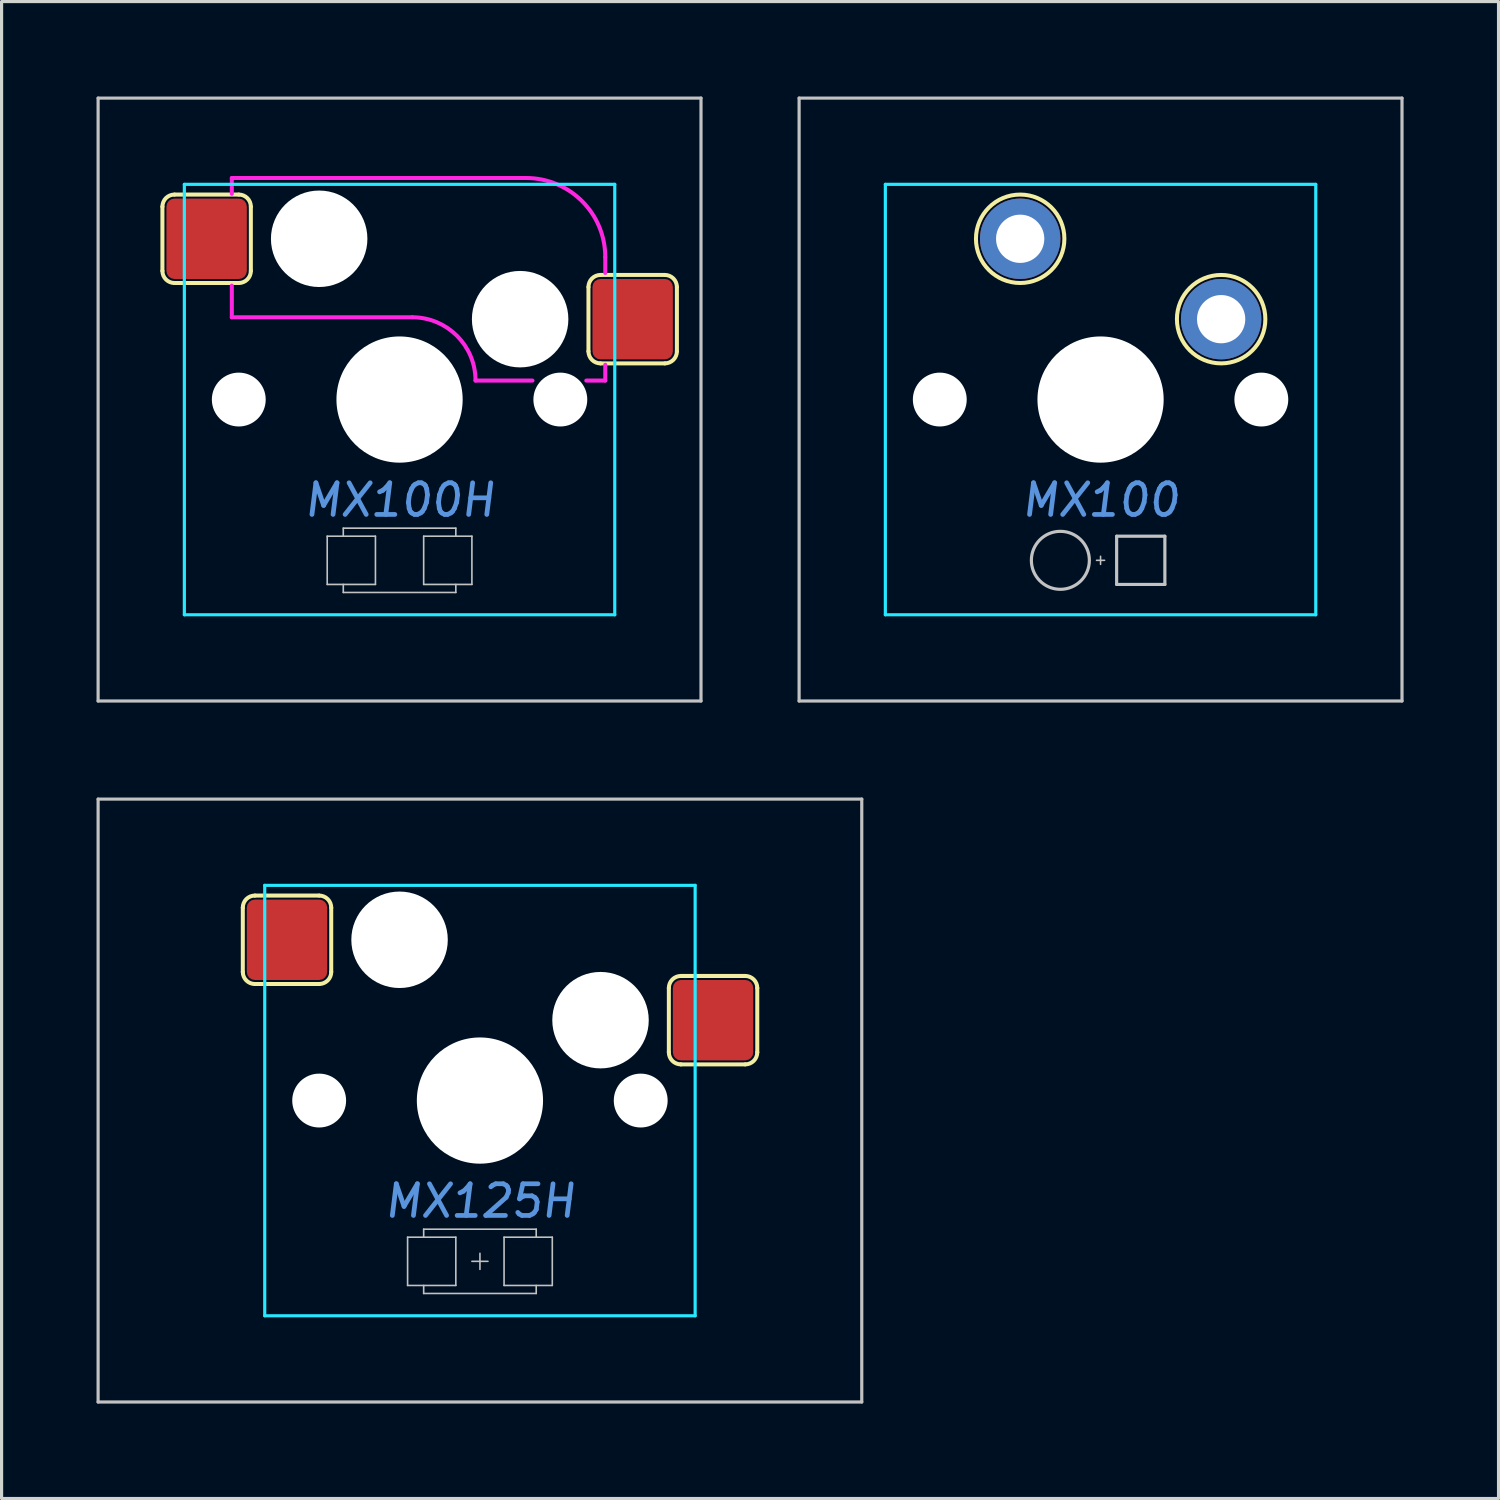
<source format=kicad_pcb>
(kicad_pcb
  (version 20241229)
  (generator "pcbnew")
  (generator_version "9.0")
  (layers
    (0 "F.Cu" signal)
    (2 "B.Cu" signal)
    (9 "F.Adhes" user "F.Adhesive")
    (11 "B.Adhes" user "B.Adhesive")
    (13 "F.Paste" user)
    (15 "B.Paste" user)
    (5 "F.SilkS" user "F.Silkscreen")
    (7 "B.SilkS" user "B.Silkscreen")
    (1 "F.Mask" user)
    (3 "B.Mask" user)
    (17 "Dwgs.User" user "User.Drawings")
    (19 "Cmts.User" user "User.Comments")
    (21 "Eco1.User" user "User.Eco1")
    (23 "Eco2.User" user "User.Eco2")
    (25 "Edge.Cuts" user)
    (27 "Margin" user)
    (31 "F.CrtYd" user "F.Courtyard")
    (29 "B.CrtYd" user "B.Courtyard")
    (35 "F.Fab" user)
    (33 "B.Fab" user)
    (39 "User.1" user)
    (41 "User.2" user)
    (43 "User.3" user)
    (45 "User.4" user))
  (footprint "MX100"
    (layer "F.Cu")
    (at 31.725 9.575)
    (property "Reference" "MX100" (at 0 3.175 0) (layer "Cmts.User") (effects (font (size 1 1) (thickness 0.15) (italic yes))))
    (attr through_hole)
    (fp_circle (center -2.54 -5.08) (end -1.143 -5.08) (stroke (width 0.127) (type solid)) (fill no) (layer "F.SilkS"))
    (fp_circle (center 3.81 -2.54) (end 5.207 -2.54) (stroke (width 0.127) (type solid)) (fill no) (layer "F.SilkS"))
    (fp_line (start -9.525 -9.525) (end 9.525 -9.525) (stroke (width 0.1) (type solid)) (layer "Dwgs.User"))
    (fp_line (start -9.525 9.525) (end -9.525 -9.525) (stroke (width 0.1) (type solid)) (layer "Dwgs.User"))
    (fp_line (start -0.127 5.08) (end 0.127 5.08) (stroke (width 0.05) (type solid)) (layer "Dwgs.User"))
    (fp_line (start 0 4.953) (end 0 5.207) (stroke (width 0.05) (type solid)) (layer "Dwgs.User"))
    (fp_line (start 0.508 4.318) (end 0.508 5.842) (stroke (width 0.1) (type solid)) (layer "Dwgs.User"))
    (fp_line (start 0.508 4.318) (end 2.032 4.318) (stroke (width 0.1) (type solid)) (layer "Dwgs.User"))
    (fp_line (start 2.032 5.842) (end 0.508 5.842) (stroke (width 0.1) (type solid)) (layer "Dwgs.User"))
    (fp_line (start 2.032 5.842) (end 2.032 4.318) (stroke (width 0.1) (type solid)) (layer "Dwgs.User"))
    (fp_line (start 9.525 -9.525) (end 9.525 9.525) (stroke (width 0.1) (type solid)) (layer "Dwgs.User"))
    (fp_line (start 9.525 9.525) (end -9.525 9.525) (stroke (width 0.1) (type solid)) (layer "Dwgs.User"))
    (fp_circle (center -1.27 5.08) (end -0.354 5.08) (stroke (width 0.1) (type solid)) (fill no) (layer "Dwgs.User"))
    (fp_line (start -6.8 -6.8) (end -6.8 6.8) (stroke (width 0.1) (type solid)) (layer "B.CrtYd"))
    (fp_line (start -6.8 -6.8) (end 6.8 -6.8) (stroke (width 0.1) (type solid)) (layer "B.CrtYd"))
    (fp_line (start -6.8 6.8) (end 6.8 6.8) (stroke (width 0.1) (type solid)) (layer "B.CrtYd"))
    (fp_line (start 6.8 -6.8) (end 6.8 6.8) (stroke (width 0.1) (type solid)) (layer "B.CrtYd"))
    (pad "" np_thru_hole circle (at -5.08 0) (size 1.702 1.702) (drill 1.702) (layers "*.Cu" "*.Mask"))
    (pad "" np_thru_hole circle (at 0 0) (size 3.988 3.988) (drill 3.988) (layers "*.Cu" "*.Mask"))
    (pad "" np_thru_hole circle (at 5.08 0) (size 1.702 1.702) (drill 1.702) (layers "*.Cu" "*.Mask"))
    (pad "1" thru_hole circle (at -2.54 -5.08) (size 2.54 2.54) (drill 1.525) (layers "*.Cu" "*.Mask"))
    (pad "2" thru_hole circle (at 3.81 -2.54 90) (size 2.54 2.54) (drill 1.525) (layers "*.Cu" "*.Mask")))
  (footprint "MX125H"
    (layer "F.Cu")
    (at 12.115 31.725)
    (property "Reference" "MX125H" (at 0 3.175 0) (layer "Cmts.User") (effects (font (size 1 1) (thickness 0.15) (italic yes))))
    (attr through_hole)
    (fp_line (start -7.493 -4.064) (end -7.493 -6.096) (stroke (width 0.127) (type solid)) (layer "F.SilkS"))
    (fp_line (start -7.112 -6.477) (end -5.08 -6.477) (stroke (width 0.127) (type solid)) (layer "F.SilkS"))
    (fp_line (start -5.08 -3.683) (end -7.112 -3.683) (stroke (width 0.127) (type solid)) (layer "F.SilkS"))
    (fp_line (start -4.699 -6.096) (end -4.699 -4.064) (stroke (width 0.127) (type solid)) (layer "F.SilkS"))
    (fp_line (start 5.969 -1.524) (end 5.969 -3.556) (stroke (width 0.127) (type solid)) (layer "F.SilkS"))
    (fp_line (start 6.35 -3.937) (end 8.382 -3.937) (stroke (width 0.127) (type solid)) (layer "F.SilkS"))
    (fp_line (start 8.382 -1.143) (end 6.35 -1.143) (stroke (width 0.127) (type solid)) (layer "F.SilkS"))
    (fp_line (start 8.763 -3.556) (end 8.763 -1.524) (stroke (width 0.127) (type solid)) (layer "F.SilkS"))
    (fp_arc (start -7.493 -6.096) (mid -7.381408 -6.365408) (end -7.112 -6.477) (stroke (width 0.127) (type solid)) (layer "F.SilkS"))
    (fp_arc (start -7.112 -3.683) (mid -7.381408 -3.794592) (end -7.493 -4.064) (stroke (width 0.127) (type solid)) (layer "F.SilkS"))
    (fp_arc (start -5.08 -6.477) (mid -4.810592 -6.365408) (end -4.699 -6.096) (stroke (width 0.127) (type solid)) (layer "F.SilkS"))
    (fp_arc (start -4.699 -4.064) (mid -4.810592 -3.794592) (end -5.08 -3.683) (stroke (width 0.127) (type solid)) (layer "F.SilkS"))
    (fp_arc (start 5.969 -3.556) (mid 6.080592 -3.825408) (end 6.35 -3.937) (stroke (width 0.127) (type solid)) (layer "F.SilkS"))
    (fp_arc (start 6.35 -1.143) (mid 6.080592 -1.254592) (end 5.969 -1.524) (stroke (width 0.127) (type solid)) (layer "F.SilkS"))
    (fp_arc (start 8.382 -3.937) (mid 8.651408 -3.825408) (end 8.763 -3.556) (stroke (width 0.127) (type solid)) (layer "F.SilkS"))
    (fp_arc (start 8.763 -1.524) (mid 8.651408 -1.254592) (end 8.382 -1.143) (stroke (width 0.127) (type solid)) (layer "F.SilkS"))
    (fp_line (start -12.065 -9.525) (end -12.065 9.525) (stroke (width 0.1) (type solid)) (layer "Dwgs.User"))
    (fp_line (start -12.065 -9.525) (end 12.065 -9.525) (stroke (width 0.1) (type solid)) (layer "Dwgs.User"))
    (fp_line (start -12.065 9.525) (end 12.065 9.525) (stroke (width 0.1) (type solid)) (layer "Dwgs.User"))
    (fp_line (start -2.286 4.318) (end -2.286 5.842) (stroke (width 0.051) (type solid)) (layer "Dwgs.User"))
    (fp_line (start -2.286 5.842) (end -0.762 5.842) (stroke (width 0.051) (type solid)) (layer "Dwgs.User"))
    (fp_line (start -1.778 4.064) (end 1.778 4.064) (stroke (width 0.051) (type solid)) (layer "Dwgs.User"))
    (fp_line (start -1.778 4.318) (end -1.778 4.064) (stroke (width 0.051) (type solid)) (layer "Dwgs.User"))
    (fp_line (start -1.778 5.842) (end -1.778 6.096) (stroke (width 0.051) (type solid)) (layer "Dwgs.User"))
    (fp_line (start -1.778 6.096) (end 1.778 6.096) (stroke (width 0.051) (type solid)) (layer "Dwgs.User"))
    (fp_line (start -0.762 4.318) (end -2.286 4.318) (stroke (width 0.05) (type solid)) (layer "Dwgs.User"))
    (fp_line (start -0.762 5.842) (end -0.762 4.318) (stroke (width 0.051) (type solid)) (layer "Dwgs.User"))
    (fp_line (start -0.254 5.08) (end 0.254 5.08) (stroke (width 0.05) (type solid)) (layer "Dwgs.User"))
    (fp_line (start 0 4.826) (end 0 5.334) (stroke (width 0.05) (type solid)) (layer "Dwgs.User"))
    (fp_line (start 0.762 4.318) (end 0.762 5.842) (stroke (width 0.051) (type solid)) (layer "Dwgs.User"))
    (fp_line (start 0.762 5.842) (end 2.286 5.842) (stroke (width 0.051) (type solid)) (layer "Dwgs.User"))
    (fp_line (start 1.778 4.064) (end 1.778 4.318) (stroke (width 0.051) (type solid)) (layer "Dwgs.User"))
    (fp_line (start 1.778 5.842) (end 1.778 6.096) (stroke (width 0.051) (type solid)) (layer "Dwgs.User"))
    (fp_line (start 2.286 4.318) (end 0.762 4.318) (stroke (width 0.051) (type solid)) (layer "Dwgs.User"))
    (fp_line (start 2.286 5.842) (end 2.286 4.318) (stroke (width 0.051) (type solid)) (layer "Dwgs.User"))
    (fp_line (start 12.065 -9.525) (end 12.065 9.525) (stroke (width 0.1) (type solid)) (layer "Dwgs.User"))
    (fp_line (start -6.8 -6.8) (end -6.8 6.8) (stroke (width 0.1) (type solid)) (layer "B.CrtYd"))
    (fp_line (start -6.8 -6.8) (end 6.8 -6.8) (stroke (width 0.1) (type solid)) (layer "B.CrtYd"))
    (fp_line (start -6.8 6.8) (end 6.8 6.8) (stroke (width 0.1) (type solid)) (layer "B.CrtYd"))
    (fp_line (start 6.8 -6.8) (end 6.8 6.8) (stroke (width 0.1) (type solid)) (layer "B.CrtYd"))
    (pad "" np_thru_hole circle (at -5.08 0) (size 1.702 1.702) (drill 1.702) (layers "*.Cu" "*.Mask"))
    (pad "" np_thru_hole circle (at -2.54 -5.08) (size 3.048 3.048) (drill 3.048) (layers "*.Cu" "*.Mask"))
    (pad "" np_thru_hole circle (at 0 0) (size 3.988 3.988) (drill 3.988) (layers "*.Cu" "*.Mask"))
    (pad "" np_thru_hole circle (at 3.81 -2.54) (size 3.048 3.048) (drill 3.048) (layers "*.Cu" "*.Mask"))
    (pad "" np_thru_hole circle (at 5.08 0) (size 1.702 1.702) (drill 1.702) (layers "*.Cu" "*.Mask"))
    (pad "1" smd roundrect (at -6.096 -5.08) (size 2.54 2.54) (layers "F.Cu" "F.Mask" "F.Paste") (roundrect_rratio 0.1))
    (pad "2" smd roundrect (at 7.366 -2.54) (size 2.54 2.54) (layers "F.Cu" "F.Mask" "F.Paste") (roundrect_rratio 0.1)))
  (footprint "MX100H"
    (layer "F.Cu")
    (at 9.575 9.575)
    (property "Reference" "MX100H" (at 0 3.175 0) (layer "Cmts.User") (effects (font (size 1 1) (thickness 0.15) (italic yes))))
    (attr through_hole)
    (fp_line (start -7.493 -6.096) (end -7.493 -4.064) (stroke (width 0.127) (type solid)) (layer "F.SilkS"))
    (fp_line (start -5.08 -6.477) (end -7.112 -6.477) (stroke (width 0.127) (type solid)) (layer "F.SilkS"))
    (fp_line (start -5.08 -3.683) (end -7.112 -3.683) (stroke (width 0.127) (type solid)) (layer "F.SilkS"))
    (fp_line (start -4.699 -6.096) (end -4.699 -4.064) (stroke (width 0.127) (type solid)) (layer "F.SilkS"))
    (fp_line (start 5.969 -3.556) (end 5.969 -1.524) (stroke (width 0.127) (type solid)) (layer "F.SilkS"))
    (fp_line (start 8.382 -3.937) (end 6.35 -3.937) (stroke (width 0.127) (type solid)) (layer "F.SilkS"))
    (fp_line (start 8.382 -1.143) (end 6.35 -1.143) (stroke (width 0.127) (type solid)) (layer "F.SilkS"))
    (fp_line (start 8.763 -3.556) (end 8.763 -1.524) (stroke (width 0.127) (type solid)) (layer "F.SilkS"))
    (fp_arc (start -7.493 -6.096) (mid -7.381408 -6.365408) (end -7.112 -6.477) (stroke (width 0.127) (type solid)) (layer "F.SilkS"))
    (fp_arc (start -7.112 -3.683) (mid -7.381408 -3.794592) (end -7.493 -4.064) (stroke (width 0.127) (type solid)) (layer "F.SilkS"))
    (fp_arc (start -5.08 -6.477) (mid -4.810592 -6.365408) (end -4.699 -6.096) (stroke (width 0.127) (type solid)) (layer "F.SilkS"))
    (fp_arc (start -4.699 -4.064) (mid -4.810592 -3.794592) (end -5.08 -3.683) (stroke (width 0.127) (type solid)) (layer "F.SilkS"))
    (fp_arc (start 5.969 -3.556) (mid 6.080592 -3.825408) (end 6.35 -3.937) (stroke (width 0.127) (type solid)) (layer "F.SilkS"))
    (fp_arc (start 6.35 -1.143) (mid 6.080592 -1.254592) (end 5.969 -1.524) (stroke (width 0.127) (type solid)) (layer "F.SilkS"))
    (fp_arc (start 8.382 -3.937) (mid 8.651408 -3.825408) (end 8.763 -3.556) (stroke (width 0.127) (type solid)) (layer "F.SilkS"))
    (fp_arc (start 8.763 -1.524) (mid 8.651408 -1.254592) (end 8.382 -1.143) (stroke (width 0.127) (type solid)) (layer "F.SilkS"))
    (fp_line (start -9.525 -9.525) (end -9.525 9.525) (stroke (width 0.1) (type solid)) (layer "Dwgs.User"))
    (fp_line (start -9.525 -9.525) (end 9.525 -9.525) (stroke (width 0.1) (type solid)) (layer "Dwgs.User"))
    (fp_line (start -9.525 9.525) (end 9.525 9.525) (stroke (width 0.1) (type solid)) (layer "Dwgs.User"))
    (fp_line (start -2.286 4.318) (end -2.286 5.842) (stroke (width 0.051) (type solid)) (layer "Dwgs.User"))
    (fp_line (start -2.286 5.842) (end -0.762 5.842) (stroke (width 0.051) (type solid)) (layer "Dwgs.User"))
    (fp_line (start -1.778 4.064) (end -1.778 4.318) (stroke (width 0.051) (type solid)) (layer "Dwgs.User"))
    (fp_line (start -1.778 6.096) (end -1.778 5.842) (stroke (width 0.051) (type solid)) (layer "Dwgs.User"))
    (fp_line (start -1.778 6.096) (end 1.778 6.096) (stroke (width 0.051) (type solid)) (layer "Dwgs.User"))
    (fp_line (start -0.762 4.318) (end -2.286 4.318) (stroke (width 0.051) (type solid)) (layer "Dwgs.User"))
    (fp_line (start -0.762 5.842) (end -0.762 4.318) (stroke (width 0.051) (type solid)) (layer "Dwgs.User"))
    (fp_line (start 0.762 4.318) (end 2.286 4.318) (stroke (width 0.051) (type solid)) (layer "Dwgs.User"))
    (fp_line (start 0.762 5.842) (end 0.762 4.318) (stroke (width 0.051) (type solid)) (layer "Dwgs.User"))
    (fp_line (start 1.778 4.064) (end -1.778 4.064) (stroke (width 0.051) (type solid)) (layer "Dwgs.User"))
    (fp_line (start 1.778 4.318) (end 1.778 4.064) (stroke (width 0.051) (type solid)) (layer "Dwgs.User"))
    (fp_line (start 1.778 6.096) (end 1.778 5.842) (stroke (width 0.051) (type solid)) (layer "Dwgs.User"))
    (fp_line (start 2.286 4.318) (end 2.286 5.842) (stroke (width 0.051) (type solid)) (layer "Dwgs.User"))
    (fp_line (start 2.286 5.842) (end 0.762 5.842) (stroke (width 0.051) (type solid)) (layer "Dwgs.User"))
    (fp_line (start 9.525 9.525) (end 9.525 -9.525) (stroke (width 0.1) (type solid)) (layer "Dwgs.User"))
    (fp_line (start -6.8 -6.8) (end -6.8 6.8) (stroke (width 0.1) (type solid)) (layer "B.CrtYd"))
    (fp_line (start -6.8 -6.8) (end 6.8 -6.8) (stroke (width 0.1) (type solid)) (layer "B.CrtYd"))
    (fp_line (start 6.8 6.8) (end -6.8 6.8) (stroke (width 0.1) (type solid)) (layer "B.CrtYd"))
    (fp_line (start 6.8 6.8) (end 6.8 -6.8) (stroke (width 0.1) (type solid)) (layer "B.CrtYd"))
    (fp_line (start -5.3 -7) (end -5.3 -6.5) (stroke (width 0.127) (type solid)) (layer "F.CrtYd"))
    (fp_line (start -5.3 -7) (end 4 -7) (stroke (width 0.127) (type solid)) (layer "F.CrtYd"))
    (fp_line (start -5.3 -2.6) (end -5.3 -3.6) (stroke (width 0.127) (type solid)) (layer "F.CrtYd"))
    (fp_line (start 0.4 -2.6) (end -5.3 -2.6) (stroke (width 0.127) (type solid)) (layer "F.CrtYd"))
    (fp_line (start 4.2 -0.6) (end 2.4 -0.6) (stroke (width 0.127) (type solid)) (layer "F.CrtYd"))
    (fp_line (start 6.5 -4.5) (end 6.5 -4) (stroke (width 0.127) (type solid)) (layer "F.CrtYd"))
    (fp_line (start 6.5 -1.1) (end 6.5 -0.6) (stroke (width 0.127) (type solid)) (layer "F.CrtYd"))
    (fp_line (start 6.5 -0.6) (end 5.9 -0.6) (stroke (width 0.127) (type solid)) (layer "F.CrtYd"))
    (fp_arc (start 0.4 -2.6) (mid 1.814214 -2.014214) (end 2.4 -0.6) (stroke (width 0.127) (type solid)) (layer "F.CrtYd"))
    (fp_arc (start 4 -7) (mid 5.767767 -6.267767) (end 6.5 -4.5) (stroke (width 0.127) (type solid)) (layer "F.CrtYd"))
    (pad "" np_thru_hole circle (at -5.08 0) (size 1.702 1.702) (drill 1.702) (layers "*.Cu" "*.Mask"))
    (pad "" np_thru_hole circle (at -2.54 -5.08) (size 3.048 3.048) (drill 3.048) (layers "*.Cu" "*.Mask"))
    (pad "" np_thru_hole circle (at 0 0) (size 3.988 3.988) (drill 3.988) (layers "*.Cu" "*.Mask"))
    (pad "" np_thru_hole circle (at 3.81 -2.54 90) (size 3.048 3.048) (drill 3.048) (layers "*.Cu" "*.Mask"))
    (pad "" np_thru_hole circle (at 5.08 0) (size 1.702 1.702) (drill 1.702) (layers "*.Cu" "*.Mask"))
    (pad "1" smd roundrect (at -6.096 -5.08) (size 2.54 2.54) (layers "F.Cu" "F.Mask") (roundrect_rratio 0.1))
    (pad "2" smd roundrect (at 7.366 -2.54) (size 2.54 2.54) (layers "F.Cu" "F.Mask") (roundrect_rratio 0.1)))
  (gr_rect
    (start -3 -3)
    (end 44.3 44.3)
    (stroke (width 0.1) (type default))
    (fill no)
    (layer "Edge.Cuts")))
</source>
